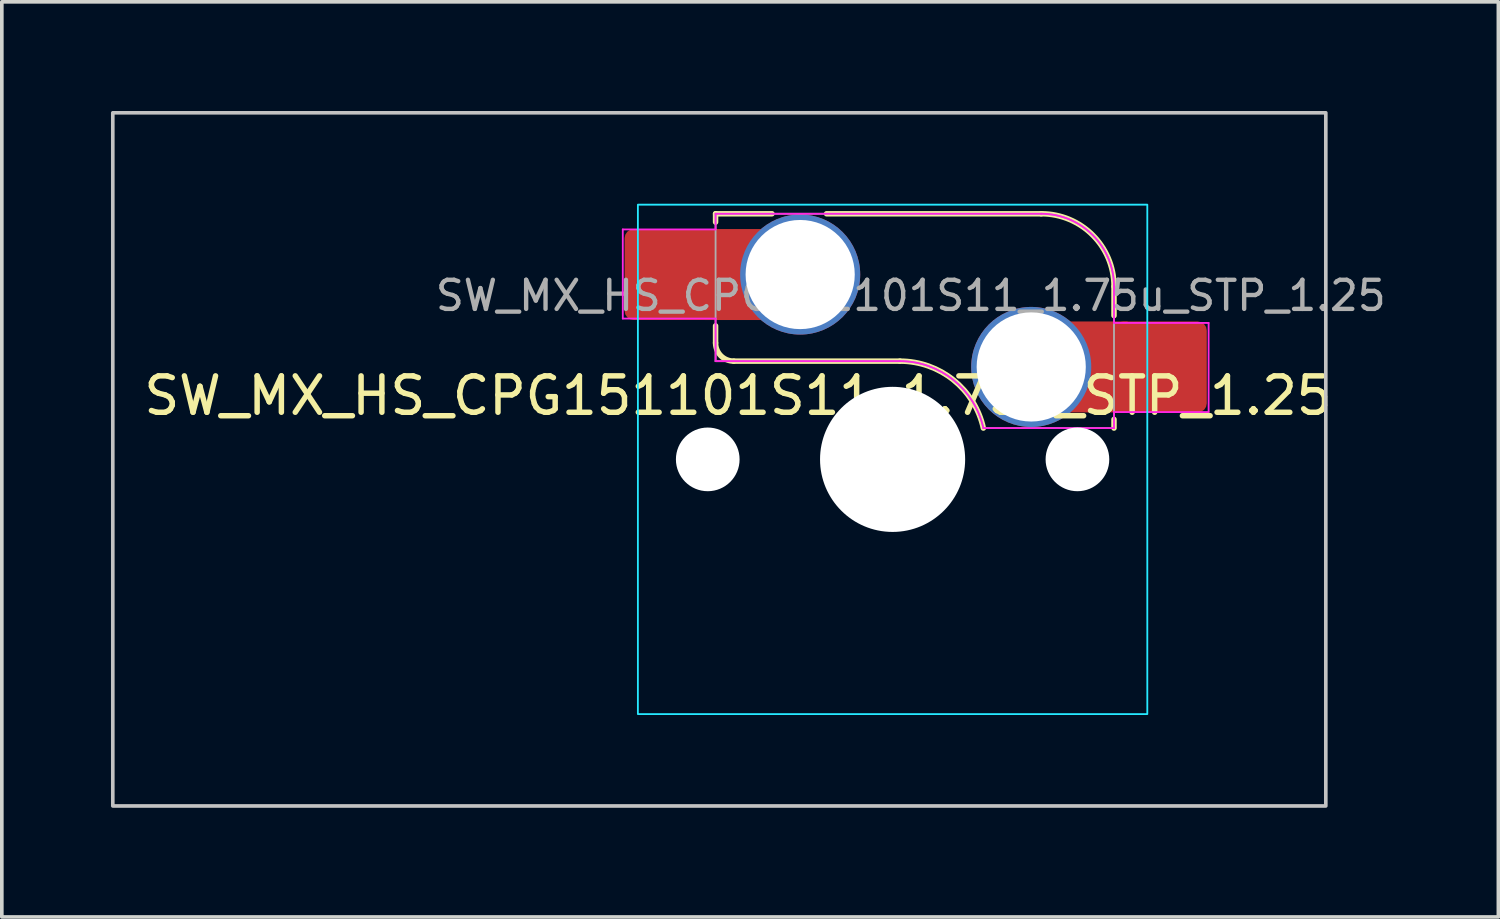
<source format=kicad_pcb>
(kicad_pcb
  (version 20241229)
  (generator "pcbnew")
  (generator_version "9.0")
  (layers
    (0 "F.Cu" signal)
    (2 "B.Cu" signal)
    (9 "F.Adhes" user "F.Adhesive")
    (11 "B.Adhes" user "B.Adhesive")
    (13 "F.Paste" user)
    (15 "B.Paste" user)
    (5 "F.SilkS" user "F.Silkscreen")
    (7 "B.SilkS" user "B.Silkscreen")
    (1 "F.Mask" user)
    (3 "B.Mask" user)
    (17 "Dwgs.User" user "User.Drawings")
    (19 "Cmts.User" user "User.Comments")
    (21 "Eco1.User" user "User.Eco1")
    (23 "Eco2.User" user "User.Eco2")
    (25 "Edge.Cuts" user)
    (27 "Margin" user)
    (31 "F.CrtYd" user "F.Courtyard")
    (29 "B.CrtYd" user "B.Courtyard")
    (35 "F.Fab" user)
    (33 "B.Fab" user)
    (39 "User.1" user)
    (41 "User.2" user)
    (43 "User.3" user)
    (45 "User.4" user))
  (footprint "SW_MX_HS_CPG151101S11_1.75u_STP_1.25"
    (layer "F.Cu")
    (at 21.481 9.575)
    (property "Reference" "SW_MX_HS_CPG151101S11_1.75u_STP_1.25" (at -4.25 -1.75 0) (layer "F.SilkS") (effects (font (size 1 1) (thickness 0.15))))
    (attr smd)
    (fp_line (start -4.865 -6.75) (end -4.865 -6.52) (stroke (width 0.15) (type solid)) (layer "F.SilkS"))
    (fp_line (start -4.865 -3.67) (end -4.865 -3.2) (stroke (width 0.15) (type solid)) (layer "F.SilkS"))
    (fp_line (start -4.365 -2.7) (end 0.2 -2.7) (stroke (width 0.15) (type solid)) (layer "F.SilkS"))
    (fp_line (start -3.315 -6.75) (end -4.865 -6.75) (stroke (width 0.15) (type solid)) (layer "F.SilkS"))
    (fp_line (start 4.085 -6.75) (end -1.815 -6.75) (stroke (width 0.15) (type solid)) (layer "F.SilkS"))
    (fp_line (start 6.085 -3.95) (end 6.085 -4.75) (stroke (width 0.15) (type solid)) (layer "F.SilkS"))
    (fp_line (start 6.085 -1.1) (end 6.085 -0.86) (stroke (width 0.15) (type solid)) (layer "F.SilkS"))
    (fp_arc (start -4.364824 -2.70022) (mid -4.718377 -2.846667) (end -4.864824 -3.20022) (stroke (width 0.15) (type solid)) (layer "F.SilkS"))
    (fp_arc (start 0.2 -2.70022) (mid 1.670693 -2.183637) (end 2.494322 -0.86022) (stroke (width 0.15) (type solid)) (layer "F.SilkS"))
    (fp_arc (start 4.085176 -6.75022) (mid 5.49939 -6.164434) (end 6.085176 -4.75022) (stroke (width 0.15) (type solid)) (layer "F.SilkS"))
    (fp_rect (start -21.431 -9.525) (end 11.906 9.525) (stroke (width 0.1) (type default)) (fill no) (layer "Dwgs.User"))
    (fp_line (start -7 -6.5) (end -7 6.5) (stroke (width 0.05) (type solid)) (layer "Eco2.User"))
    (fp_line (start -6.5 7) (end 6.5 7) (stroke (width 0.05) (type solid)) (layer "Eco2.User"))
    (fp_line (start 6.5 -7) (end -6.5 -7) (stroke (width 0.05) (type solid)) (layer "Eco2.User"))
    (fp_line (start 7 6.5) (end 7 -6.5) (stroke (width 0.05) (type solid)) (layer "Eco2.User"))
    (fp_arc (start -7 -6.5) (mid -6.853553 -6.853553) (end -6.5 -7) (stroke (width 0.05) (type solid)) (layer "Eco2.User"))
    (fp_arc (start -6.497236 6.998884) (mid -6.850789 6.852437) (end -6.997236 6.498884) (stroke (width 0.05) (type solid)) (layer "Eco2.User"))
    (fp_arc (start 6.5 -7) (mid 6.853553 -6.853553) (end 7 -6.5) (stroke (width 0.05) (type solid)) (layer "Eco2.User"))
    (fp_arc (start 7 6.5) (mid 6.853553 6.853553) (end 6.5 7) (stroke (width 0.05) (type solid)) (layer "Eco2.User"))
    (fp_rect (start -7 -7) (end 7 7) (stroke (width 0.05) (type default)) (fill no) (layer "B.CrtYd"))
    (fp_line (start -7.415 -6.32) (end -4.865 -6.32) (stroke (width 0.05) (type solid)) (layer "F.CrtYd"))
    (fp_line (start -7.415 -3.87) (end -7.415 -6.32) (stroke (width 0.05) (type solid)) (layer "F.CrtYd"))
    (fp_line (start -4.865 -6.75) (end -4.865 -6.32) (stroke (width 0.05) (type solid)) (layer "F.CrtYd"))
    (fp_line (start -4.865 -3.87) (end -7.415 -3.87) (stroke (width 0.05) (type solid)) (layer "F.CrtYd"))
    (fp_line (start -4.865 -3.87) (end -4.865 -2.7) (stroke (width 0.05) (type solid)) (layer "F.CrtYd"))
    (fp_line (start -4.865 -2.7) (end 0.2 -2.7) (stroke (width 0.05) (type solid)) (layer "F.CrtYd"))
    (fp_line (start 4.085 -6.75) (end -4.865 -6.75) (stroke (width 0.05) (type solid)) (layer "F.CrtYd"))
    (fp_line (start 6.085 -3.75) (end 6.085 -4.75) (stroke (width 0.05) (type solid)) (layer "F.CrtYd"))
    (fp_line (start 6.085 -3.75) (end 8.685 -3.75) (stroke (width 0.05) (type solid)) (layer "F.CrtYd"))
    (fp_line (start 6.085 -1.3) (end 6.085 -0.86) (stroke (width 0.05) (type solid)) (layer "F.CrtYd"))
    (fp_line (start 6.085 -0.86) (end 2.494 -0.86) (stroke (width 0.05) (type solid)) (layer "F.CrtYd"))
    (fp_line (start 8.685 -3.75) (end 8.685 -1.3) (stroke (width 0.05) (type solid)) (layer "F.CrtYd"))
    (fp_line (start 8.685 -1.3) (end 6.085 -1.3) (stroke (width 0.05) (type solid)) (layer "F.CrtYd"))
    (fp_arc (start 0.2 -2.70022) (mid 1.670503 -2.183399) (end 2.494322 -0.86022) (stroke (width 0.05) (type solid)) (layer "F.CrtYd"))
    (fp_arc (start 4.085176 -6.75022) (mid 5.49939 -6.164434) (end 6.085176 -4.75022) (stroke (width 0.05) (type solid)) (layer "F.CrtYd"))
    (fp_line (start -4.865 -6.75) (end -4.865 -2.7) (stroke (width 0.05) (type solid)) (layer "F.Fab"))
    (fp_line (start -4.865 -2.7) (end 0.2 -2.7) (stroke (width 0.05) (type solid)) (layer "F.Fab"))
    (fp_line (start 4.085 -6.75) (end -4.865 -6.75) (stroke (width 0.05) (type solid)) (layer "F.Fab"))
    (fp_line (start 6.085 -0.86) (end 2.494 -0.86) (stroke (width 0.05) (type solid)) (layer "F.Fab"))
    (fp_line (start 6.085 -0.86) (end 6.085 -4.75) (stroke (width 0.05) (type solid)) (layer "F.Fab"))
    (fp_arc (start 0.2 -2.70022) (mid 1.670503 -2.183399) (end 2.494322 -0.86022) (stroke (width 0.05) (type solid)) (layer "F.Fab"))
    (fp_arc (start 4.085176 -6.75022) (mid 5.49939 -6.164434) (end 6.085176 -4.75022) (stroke (width 0.05) (type solid)) (layer "F.Fab"))
    (fp_text user "${REFERENCE}" (at 0.5 -4.5 0) (layer "F.Fab") (effects (font (size 0.8 0.8) (thickness 0.12))))
    (pad "" np_thru_hole circle (at -5.08 0) (size 1.75 1.75) (drill 1.75) (layers "*.Cu" "*.Mask"))
    (pad "" np_thru_hole circle (at 0 0) (size 3.988 3.988) (drill 3.988) (layers "*.Cu" "*.Mask"))
    (pad "" np_thru_hole circle (at 5.08 0) (size 1.75 1.75) (drill 1.75) (layers "*.Cu" "*.Mask"))
    (pad "1" thru_hole circle (at 3.81 -2.54) (size 3.3 3.3) (drill 3) (layers "*.Cu" "*.Mask"))
    (pad "1" smd rect (at 5.635 -2.54 180) (size 1.65 2.5) (layers "F.Cu"))
    (pad "1" smd roundrect (at 7.36 -2.54) (size 2.55 2.5) (layers "F.Cu" "F.Mask" "F.Paste") (roundrect_rratio 0.1))
    (pad "2" smd roundrect (at -6.09 -5.08) (size 2.55 2.5) (layers "F.Cu" "F.Mask" "F.Paste") (roundrect_rratio 0.1))
    (pad "2" smd rect (at -4.34 -5.08) (size 1.65 2.5) (layers "F.Cu"))
    (pad "2" thru_hole circle (at -2.54 -5.08) (size 3.3 3.3) (drill 3) (layers "*.Cu" "*.Mask")))
  (gr_rect
    (start -3 -3)
    (end 38.129 22.15)
    (stroke (width 0.1) (type default))
    (fill no)
    (layer "Edge.Cuts")))
</source>
